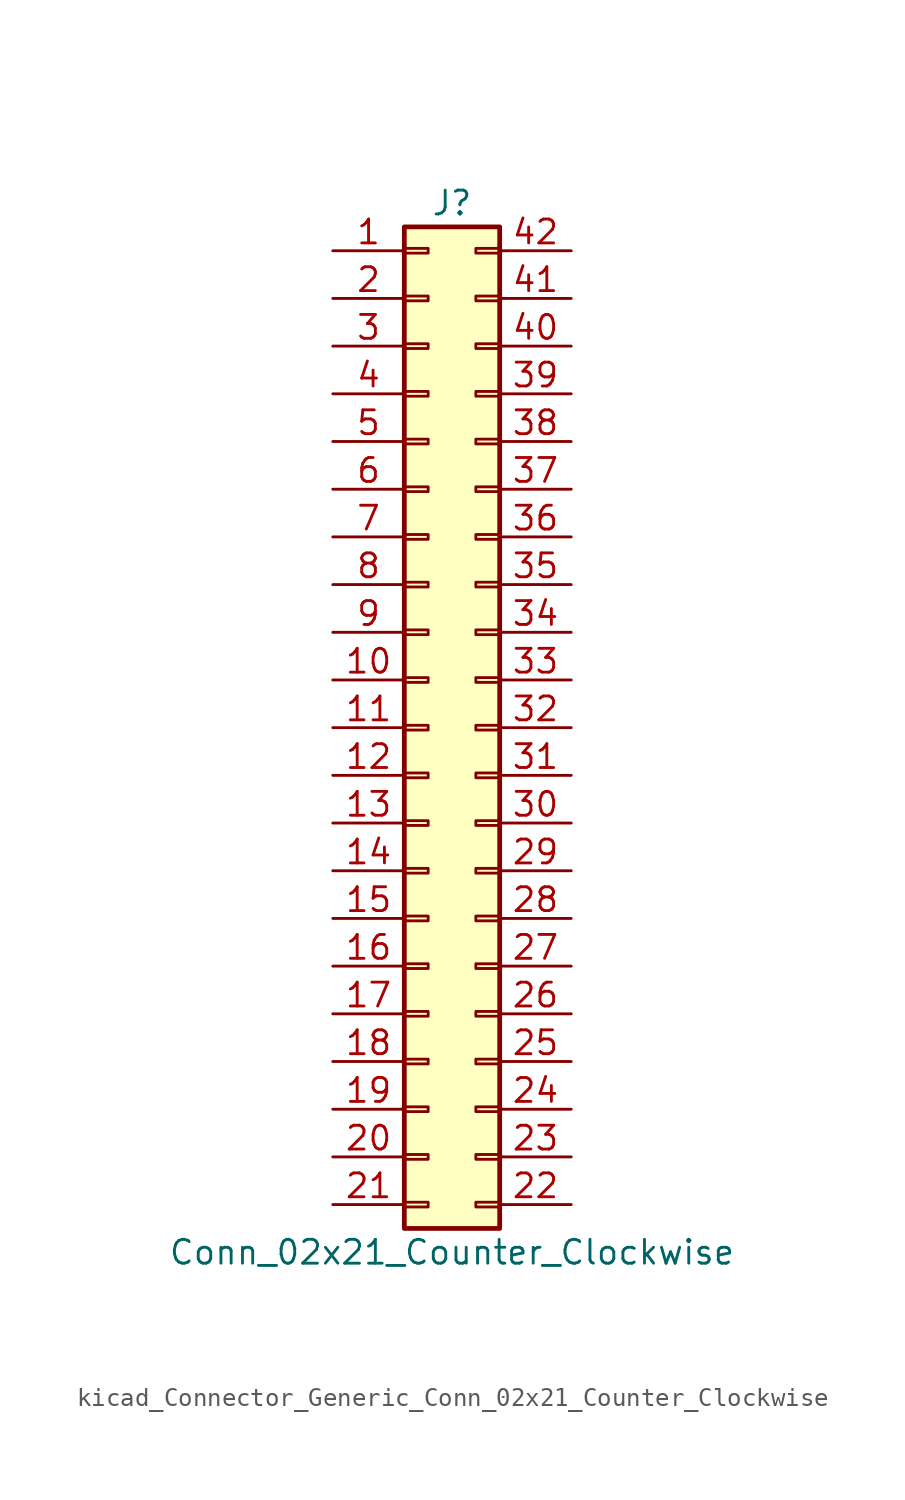
<source format=kicad_sym>
(kicad_symbol_lib
  (version 20220914)
  (generator kicad_symbol_editor)
  (symbol "kicad_Connector_Generic_Conn_02x21_Counter_Clockwise"
    (pin_names
      (offset 1.016) hide)
    (property "Reference" "J"
      (at 1.27 27.94 0)
      (effects (font (size 1.27 1.27))))
    (property "Value" "Conn_02x21_Counter_Clockwise"
      (at 1.27 -27.94 0)
      (effects (font (size 1.27 1.27))))
    (symbol "kicad_Connector_Generic_Conn_02x21_Counter_Clockwise_1_1"
      (rectangle (start -1.27 -25.273) (end 0 -25.527) (stroke (width 0.152) (type default)) (fill (type none)))
      (rectangle (start -1.27 -22.733) (end 0 -22.987) (stroke (width 0.152) (type default)) (fill (type none)))
      (rectangle (start -1.27 -20.193) (end 0 -20.447) (stroke (width 0.152) (type default)) (fill (type none)))
      (rectangle (start -1.27 -17.653) (end 0 -17.907) (stroke (width 0.152) (type default)) (fill (type none)))
      (rectangle (start -1.27 -15.113) (end 0 -15.367) (stroke (width 0.152) (type default)) (fill (type none)))
      (rectangle (start -1.27 -12.573) (end 0 -12.827) (stroke (width 0.152) (type default)) (fill (type none)))
      (rectangle (start -1.27 -10.033) (end 0 -10.287) (stroke (width 0.152) (type default)) (fill (type none)))
      (rectangle (start -1.27 -7.493) (end 0 -7.747) (stroke (width 0.152) (type default)) (fill (type none)))
      (rectangle (start -1.27 -4.953) (end 0 -5.207) (stroke (width 0.152) (type default)) (fill (type none)))
      (rectangle (start -1.27 -2.413) (end 0 -2.667) (stroke (width 0.152) (type default)) (fill (type none)))
      (rectangle (start -1.27 0.127) (end 0 -0.127) (stroke (width 0.152) (type default)) (fill (type none)))
      (rectangle (start -1.27 2.667) (end 0 2.413) (stroke (width 0.152) (type default)) (fill (type none)))
      (rectangle (start -1.27 5.207) (end 0 4.953) (stroke (width 0.152) (type default)) (fill (type none)))
      (rectangle (start -1.27 7.747) (end 0 7.493) (stroke (width 0.152) (type default)) (fill (type none)))
      (rectangle (start -1.27 10.287) (end 0 10.033) (stroke (width 0.152) (type default)) (fill (type none)))
      (rectangle (start -1.27 12.827) (end 0 12.573) (stroke (width 0.152) (type default)) (fill (type none)))
      (rectangle (start -1.27 15.367) (end 0 15.113) (stroke (width 0.152) (type default)) (fill (type none)))
      (rectangle (start -1.27 17.907) (end 0 17.653) (stroke (width 0.152) (type default)) (fill (type none)))
      (rectangle (start -1.27 20.447) (end 0 20.193) (stroke (width 0.152) (type default)) (fill (type none)))
      (rectangle (start -1.27 22.987) (end 0 22.733) (stroke (width 0.152) (type default)) (fill (type none)))
      (rectangle (start -1.27 25.527) (end 0 25.273) (stroke (width 0.152) (type default)) (fill (type none)))
      (rectangle (start -1.27 26.67) (end 3.81 -26.67) (stroke (width 0.254) (type default)) (fill (type background)))
      (rectangle (start 3.81 -25.273) (end 2.54 -25.527) (stroke (width 0.152) (type default)) (fill (type none)))
      (rectangle (start 3.81 -22.733) (end 2.54 -22.987) (stroke (width 0.152) (type default)) (fill (type none)))
      (rectangle (start 3.81 -20.193) (end 2.54 -20.447) (stroke (width 0.152) (type default)) (fill (type none)))
      (rectangle (start 3.81 -17.653) (end 2.54 -17.907) (stroke (width 0.152) (type default)) (fill (type none)))
      (rectangle (start 3.81 -15.113) (end 2.54 -15.367) (stroke (width 0.152) (type default)) (fill (type none)))
      (rectangle (start 3.81 -12.573) (end 2.54 -12.827) (stroke (width 0.152) (type default)) (fill (type none)))
      (rectangle (start 3.81 -10.033) (end 2.54 -10.287) (stroke (width 0.152) (type default)) (fill (type none)))
      (rectangle (start 3.81 -7.493) (end 2.54 -7.747) (stroke (width 0.152) (type default)) (fill (type none)))
      (rectangle (start 3.81 -4.953) (end 2.54 -5.207) (stroke (width 0.152) (type default)) (fill (type none)))
      (rectangle (start 3.81 -2.413) (end 2.54 -2.667) (stroke (width 0.152) (type default)) (fill (type none)))
      (rectangle (start 3.81 0.127) (end 2.54 -0.127) (stroke (width 0.152) (type default)) (fill (type none)))
      (rectangle (start 3.81 2.667) (end 2.54 2.413) (stroke (width 0.152) (type default)) (fill (type none)))
      (rectangle (start 3.81 5.207) (end 2.54 4.953) (stroke (width 0.152) (type default)) (fill (type none)))
      (rectangle (start 3.81 7.747) (end 2.54 7.493) (stroke (width 0.152) (type default)) (fill (type none)))
      (rectangle (start 3.81 10.287) (end 2.54 10.033) (stroke (width 0.152) (type default)) (fill (type none)))
      (rectangle (start 3.81 12.827) (end 2.54 12.573) (stroke (width 0.152) (type default)) (fill (type none)))
      (rectangle (start 3.81 15.367) (end 2.54 15.113) (stroke (width 0.152) (type default)) (fill (type none)))
      (rectangle (start 3.81 17.907) (end 2.54 17.653) (stroke (width 0.152) (type default)) (fill (type none)))
      (rectangle (start 3.81 20.447) (end 2.54 20.193) (stroke (width 0.152) (type default)) (fill (type none)))
      (rectangle (start 3.81 22.987) (end 2.54 22.733) (stroke (width 0.152) (type default)) (fill (type none)))
      (rectangle (start 3.81 25.527) (end 2.54 25.273) (stroke (width 0.152) (type default)) (fill (type none)))
      (pin passive line (at -5.08 25.4 0) (length 3.81) (name "Pin_1" (effects (font (size 1.27 1.27)))) (number "1" (effects (font (size 1.27 1.27)))))
      (pin passive line (at -5.08 2.54 0) (length 3.81) (name "Pin_10" (effects (font (size 1.27 1.27)))) (number "10" (effects (font (size 1.27 1.27)))))
      (pin passive line (at -5.08 0 0) (length 3.81) (name "Pin_11" (effects (font (size 1.27 1.27)))) (number "11" (effects (font (size 1.27 1.27)))))
      (pin passive line (at -5.08 -2.54 0) (length 3.81) (name "Pin_12" (effects (font (size 1.27 1.27)))) (number "12" (effects (font (size 1.27 1.27)))))
      (pin passive line (at -5.08 -5.08 0) (length 3.81) (name "Pin_13" (effects (font (size 1.27 1.27)))) (number "13" (effects (font (size 1.27 1.27)))))
      (pin passive line (at -5.08 -7.62 0) (length 3.81) (name "Pin_14" (effects (font (size 1.27 1.27)))) (number "14" (effects (font (size 1.27 1.27)))))
      (pin passive line (at -5.08 -10.16 0) (length 3.81) (name "Pin_15" (effects (font (size 1.27 1.27)))) (number "15" (effects (font (size 1.27 1.27)))))
      (pin passive line (at -5.08 -12.7 0) (length 3.81) (name "Pin_16" (effects (font (size 1.27 1.27)))) (number "16" (effects (font (size 1.27 1.27)))))
      (pin passive line (at -5.08 -15.24 0) (length 3.81) (name "Pin_17" (effects (font (size 1.27 1.27)))) (number "17" (effects (font (size 1.27 1.27)))))
      (pin passive line (at -5.08 -17.78 0) (length 3.81) (name "Pin_18" (effects (font (size 1.27 1.27)))) (number "18" (effects (font (size 1.27 1.27)))))
      (pin passive line (at -5.08 -20.32 0) (length 3.81) (name "Pin_19" (effects (font (size 1.27 1.27)))) (number "19" (effects (font (size 1.27 1.27)))))
      (pin passive line (at -5.08 22.86 0) (length 3.81) (name "Pin_2" (effects (font (size 1.27 1.27)))) (number "2" (effects (font (size 1.27 1.27)))))
      (pin passive line (at -5.08 -22.86 0) (length 3.81) (name "Pin_20" (effects (font (size 1.27 1.27)))) (number "20" (effects (font (size 1.27 1.27)))))
      (pin passive line (at -5.08 -25.4 0) (length 3.81) (name "Pin_21" (effects (font (size 1.27 1.27)))) (number "21" (effects (font (size 1.27 1.27)))))
      (pin passive line (at 7.62 -25.4 180) (length 3.81) (name "Pin_22" (effects (font (size 1.27 1.27)))) (number "22" (effects (font (size 1.27 1.27)))))
      (pin passive line (at 7.62 -22.86 180) (length 3.81) (name "Pin_23" (effects (font (size 1.27 1.27)))) (number "23" (effects (font (size 1.27 1.27)))))
      (pin passive line (at 7.62 -20.32 180) (length 3.81) (name "Pin_24" (effects (font (size 1.27 1.27)))) (number "24" (effects (font (size 1.27 1.27)))))
      (pin passive line (at 7.62 -17.78 180) (length 3.81) (name "Pin_25" (effects (font (size 1.27 1.27)))) (number "25" (effects (font (size 1.27 1.27)))))
      (pin passive line (at 7.62 -15.24 180) (length 3.81) (name "Pin_26" (effects (font (size 1.27 1.27)))) (number "26" (effects (font (size 1.27 1.27)))))
      (pin passive line (at 7.62 -12.7 180) (length 3.81) (name "Pin_27" (effects (font (size 1.27 1.27)))) (number "27" (effects (font (size 1.27 1.27)))))
      (pin passive line (at 7.62 -10.16 180) (length 3.81) (name "Pin_28" (effects (font (size 1.27 1.27)))) (number "28" (effects (font (size 1.27 1.27)))))
      (pin passive line (at 7.62 -7.62 180) (length 3.81) (name "Pin_29" (effects (font (size 1.27 1.27)))) (number "29" (effects (font (size 1.27 1.27)))))
      (pin passive line (at -5.08 20.32 0) (length 3.81) (name "Pin_3" (effects (font (size 1.27 1.27)))) (number "3" (effects (font (size 1.27 1.27)))))
      (pin passive line (at 7.62 -5.08 180) (length 3.81) (name "Pin_30" (effects (font (size 1.27 1.27)))) (number "30" (effects (font (size 1.27 1.27)))))
      (pin passive line (at 7.62 -2.54 180) (length 3.81) (name "Pin_31" (effects (font (size 1.27 1.27)))) (number "31" (effects (font (size 1.27 1.27)))))
      (pin passive line (at 7.62 0 180) (length 3.81) (name "Pin_32" (effects (font (size 1.27 1.27)))) (number "32" (effects (font (size 1.27 1.27)))))
      (pin passive line (at 7.62 2.54 180) (length 3.81) (name "Pin_33" (effects (font (size 1.27 1.27)))) (number "33" (effects (font (size 1.27 1.27)))))
      (pin passive line (at 7.62 5.08 180) (length 3.81) (name "Pin_34" (effects (font (size 1.27 1.27)))) (number "34" (effects (font (size 1.27 1.27)))))
      (pin passive line (at 7.62 7.62 180) (length 3.81) (name "Pin_35" (effects (font (size 1.27 1.27)))) (number "35" (effects (font (size 1.27 1.27)))))
      (pin passive line (at 7.62 10.16 180) (length 3.81) (name "Pin_36" (effects (font (size 1.27 1.27)))) (number "36" (effects (font (size 1.27 1.27)))))
      (pin passive line (at 7.62 12.7 180) (length 3.81) (name "Pin_37" (effects (font (size 1.27 1.27)))) (number "37" (effects (font (size 1.27 1.27)))))
      (pin passive line (at 7.62 15.24 180) (length 3.81) (name "Pin_38" (effects (font (size 1.27 1.27)))) (number "38" (effects (font (size 1.27 1.27)))))
      (pin passive line (at 7.62 17.78 180) (length 3.81) (name "Pin_39" (effects (font (size 1.27 1.27)))) (number "39" (effects (font (size 1.27 1.27)))))
      (pin passive line (at -5.08 17.78 0) (length 3.81) (name "Pin_4" (effects (font (size 1.27 1.27)))) (number "4" (effects (font (size 1.27 1.27)))))
      (pin passive line (at 7.62 20.32 180) (length 3.81) (name "Pin_40" (effects (font (size 1.27 1.27)))) (number "40" (effects (font (size 1.27 1.27)))))
      (pin passive line (at 7.62 22.86 180) (length 3.81) (name "Pin_41" (effects (font (size 1.27 1.27)))) (number "41" (effects (font (size 1.27 1.27)))))
      (pin passive line (at 7.62 25.4 180) (length 3.81) (name "Pin_42" (effects (font (size 1.27 1.27)))) (number "42" (effects (font (size 1.27 1.27)))))
      (pin passive line (at -5.08 15.24 0) (length 3.81) (name "Pin_5" (effects (font (size 1.27 1.27)))) (number "5" (effects (font (size 1.27 1.27)))))
      (pin passive line (at -5.08 12.7 0) (length 3.81) (name "Pin_6" (effects (font (size 1.27 1.27)))) (number "6" (effects (font (size 1.27 1.27)))))
      (pin passive line (at -5.08 10.16 0) (length 3.81) (name "Pin_7" (effects (font (size 1.27 1.27)))) (number "7" (effects (font (size 1.27 1.27)))))
      (pin passive line (at -5.08 7.62 0) (length 3.81) (name "Pin_8" (effects (font (size 1.27 1.27)))) (number "8" (effects (font (size 1.27 1.27)))))
      (pin passive line (at -5.08 5.08 0) (length 3.81) (name "Pin_9" (effects (font (size 1.27 1.27)))) (number "9" (effects (font (size 1.27 1.27))))))))
</source>
